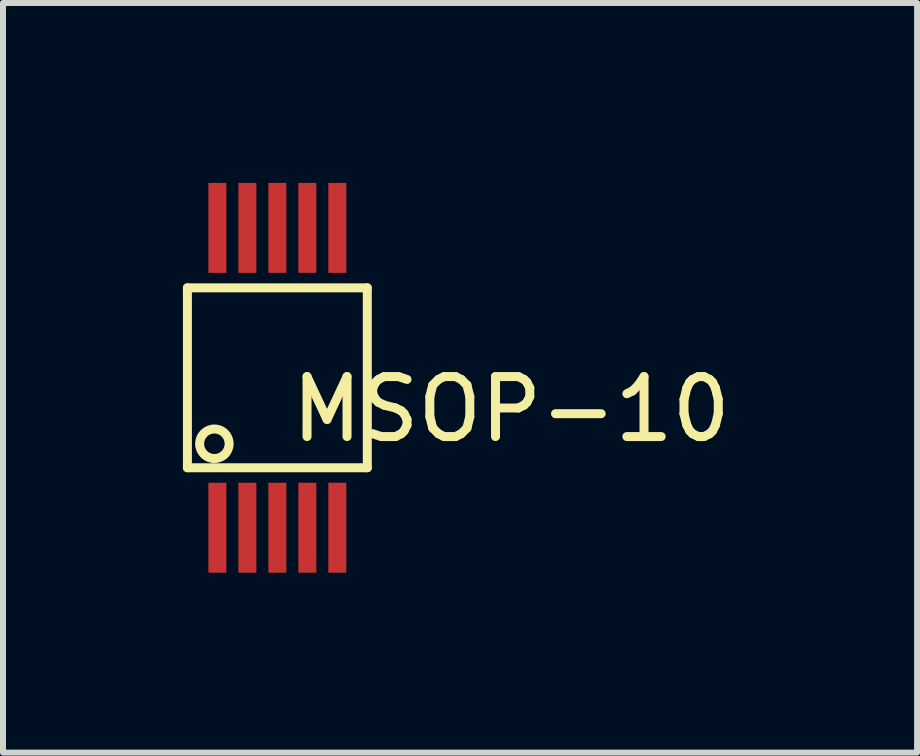
<source format=kicad_pcb>
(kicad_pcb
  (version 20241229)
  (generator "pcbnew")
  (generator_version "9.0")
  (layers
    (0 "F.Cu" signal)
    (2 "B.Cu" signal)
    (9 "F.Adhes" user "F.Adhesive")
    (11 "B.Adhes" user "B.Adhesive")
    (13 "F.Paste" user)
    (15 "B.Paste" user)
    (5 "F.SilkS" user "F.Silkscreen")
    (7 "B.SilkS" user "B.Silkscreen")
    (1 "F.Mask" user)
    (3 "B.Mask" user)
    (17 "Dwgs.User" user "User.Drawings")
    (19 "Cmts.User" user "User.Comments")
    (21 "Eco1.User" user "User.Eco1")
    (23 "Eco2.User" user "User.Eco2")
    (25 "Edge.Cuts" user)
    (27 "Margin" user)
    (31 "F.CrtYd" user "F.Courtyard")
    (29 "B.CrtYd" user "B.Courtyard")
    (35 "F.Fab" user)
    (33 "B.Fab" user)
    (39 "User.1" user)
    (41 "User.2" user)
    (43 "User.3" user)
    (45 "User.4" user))
  (footprint "MSOP-10"
    (layer "F.Cu")
    (at 1.575 3.25)
    (property "Reference" "MSOP-10" (at 3.9 0.525 0) (layer "F.SilkS") (effects (font (size 1 1) (thickness 0.15))))
    (attr through_hole)
    (fp_line (start -1.5 -1.5) (end 1.5 -1.5) (stroke (width 0.15) (type solid)) (layer "F.SilkS"))
    (fp_line (start -1.5 1.5) (end -1.5 -1.5) (stroke (width 0.15) (type solid)) (layer "F.SilkS"))
    (fp_line (start 1.5 -1.5) (end 1.5 1.5) (stroke (width 0.15) (type solid)) (layer "F.SilkS"))
    (fp_line (start 1.5 1.5) (end -1.5 1.5) (stroke (width 0.15) (type solid)) (layer "F.SilkS"))
    (fp_circle (center -1.05 1.1) (end -0.95 1.325) (stroke (width 0.15) (type solid)) (fill no) (layer "F.SilkS"))
    (pad "1" smd rect (at -1 2.5) (size 0.3 1.5) (layers "F.Cu" "F.Mask" "F.Paste"))
    (pad "2" smd rect (at -0.5 2.5) (size 0.3 1.5) (layers "F.Cu" "F.Mask" "F.Paste"))
    (pad "3" smd rect (at 0 2.5) (size 0.3 1.5) (layers "F.Cu" "F.Mask" "F.Paste"))
    (pad "4" smd rect (at 0.5 2.5) (size 0.3 1.5) (layers "F.Cu" "F.Mask" "F.Paste"))
    (pad "5" smd rect (at 1 2.5) (size 0.3 1.5) (layers "F.Cu" "F.Mask" "F.Paste"))
    (pad "6" smd rect (at 1 -2.5) (size 0.3 1.5) (layers "F.Cu" "F.Mask" "F.Paste"))
    (pad "7" smd rect (at 0.5 -2.5) (size 0.3 1.5) (layers "F.Cu" "F.Mask" "F.Paste"))
    (pad "8" smd rect (at 0 -2.5) (size 0.3 1.5) (layers "F.Cu" "F.Mask" "F.Paste"))
    (pad "9" smd rect (at -0.5 -2.5) (size 0.3 1.5) (layers "F.Cu" "F.Mask" "F.Paste"))
    (pad "10" smd rect (at -1 -2.5) (size 0.3 1.5) (layers "F.Cu" "F.Mask" "F.Paste")))
  (gr_rect
    (start -3 -3)
    (end 12.243 9.5)
    (stroke (width 0.1) (type default))
    (fill no)
    (layer "Edge.Cuts")))
</source>
